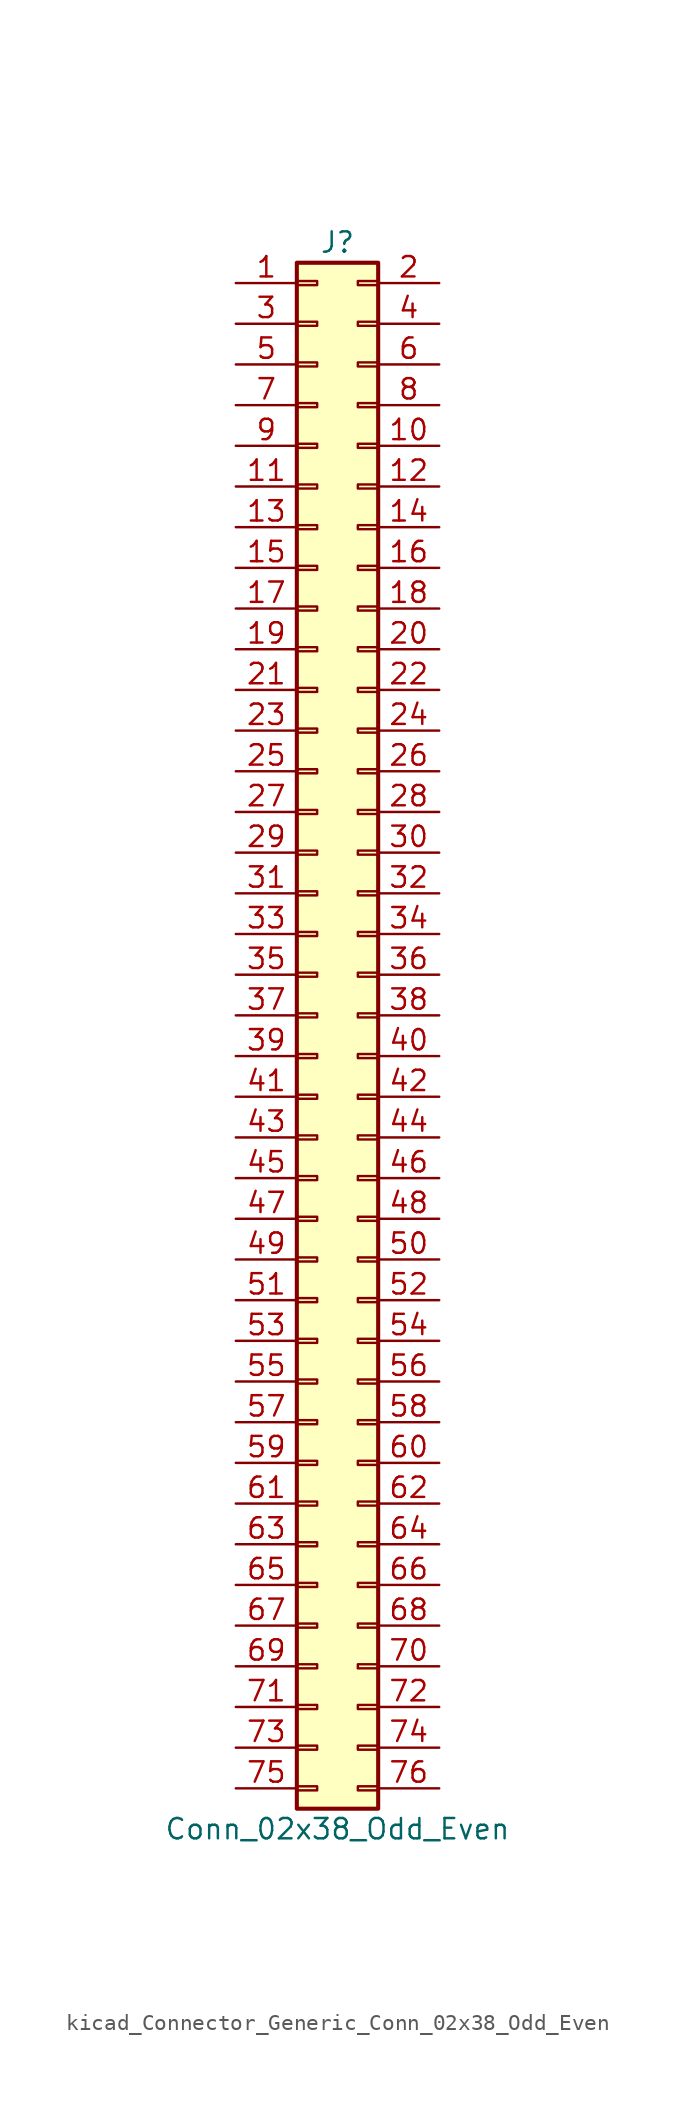
<source format=kicad_sym>
(kicad_symbol_lib
  (version 20220914)
  (generator kicad_symbol_editor)
  (symbol "kicad_Connector_Generic_Conn_02x38_Odd_Even"
    (pin_names
      (offset 1.016) hide)
    (property "Reference" "J"
      (at 1.27 48.26 0)
      (effects (font (size 1.27 1.27))))
    (property "Value" "Conn_02x38_Odd_Even"
      (at 1.27 -50.8 0)
      (effects (font (size 1.27 1.27))))
    (symbol "kicad_Connector_Generic_Conn_02x38_Odd_Even_1_1"
      (rectangle (start -1.27 -48.133) (end 0 -48.387) (stroke (width 0.152) (type default)) (fill (type none)))
      (rectangle (start -1.27 -45.593) (end 0 -45.847) (stroke (width 0.152) (type default)) (fill (type none)))
      (rectangle (start -1.27 -43.053) (end 0 -43.307) (stroke (width 0.152) (type default)) (fill (type none)))
      (rectangle (start -1.27 -40.513) (end 0 -40.767) (stroke (width 0.152) (type default)) (fill (type none)))
      (rectangle (start -1.27 -37.973) (end 0 -38.227) (stroke (width 0.152) (type default)) (fill (type none)))
      (rectangle (start -1.27 -35.433) (end 0 -35.687) (stroke (width 0.152) (type default)) (fill (type none)))
      (rectangle (start -1.27 -32.893) (end 0 -33.147) (stroke (width 0.152) (type default)) (fill (type none)))
      (rectangle (start -1.27 -30.353) (end 0 -30.607) (stroke (width 0.152) (type default)) (fill (type none)))
      (rectangle (start -1.27 -27.813) (end 0 -28.067) (stroke (width 0.152) (type default)) (fill (type none)))
      (rectangle (start -1.27 -25.273) (end 0 -25.527) (stroke (width 0.152) (type default)) (fill (type none)))
      (rectangle (start -1.27 -22.733) (end 0 -22.987) (stroke (width 0.152) (type default)) (fill (type none)))
      (rectangle (start -1.27 -20.193) (end 0 -20.447) (stroke (width 0.152) (type default)) (fill (type none)))
      (rectangle (start -1.27 -17.653) (end 0 -17.907) (stroke (width 0.152) (type default)) (fill (type none)))
      (rectangle (start -1.27 -15.113) (end 0 -15.367) (stroke (width 0.152) (type default)) (fill (type none)))
      (rectangle (start -1.27 -12.573) (end 0 -12.827) (stroke (width 0.152) (type default)) (fill (type none)))
      (rectangle (start -1.27 -10.033) (end 0 -10.287) (stroke (width 0.152) (type default)) (fill (type none)))
      (rectangle (start -1.27 -7.493) (end 0 -7.747) (stroke (width 0.152) (type default)) (fill (type none)))
      (rectangle (start -1.27 -4.953) (end 0 -5.207) (stroke (width 0.152) (type default)) (fill (type none)))
      (rectangle (start -1.27 -2.413) (end 0 -2.667) (stroke (width 0.152) (type default)) (fill (type none)))
      (rectangle (start -1.27 0.127) (end 0 -0.127) (stroke (width 0.152) (type default)) (fill (type none)))
      (rectangle (start -1.27 2.667) (end 0 2.413) (stroke (width 0.152) (type default)) (fill (type none)))
      (rectangle (start -1.27 5.207) (end 0 4.953) (stroke (width 0.152) (type default)) (fill (type none)))
      (rectangle (start -1.27 7.747) (end 0 7.493) (stroke (width 0.152) (type default)) (fill (type none)))
      (rectangle (start -1.27 10.287) (end 0 10.033) (stroke (width 0.152) (type default)) (fill (type none)))
      (rectangle (start -1.27 12.827) (end 0 12.573) (stroke (width 0.152) (type default)) (fill (type none)))
      (rectangle (start -1.27 15.367) (end 0 15.113) (stroke (width 0.152) (type default)) (fill (type none)))
      (rectangle (start -1.27 17.907) (end 0 17.653) (stroke (width 0.152) (type default)) (fill (type none)))
      (rectangle (start -1.27 20.447) (end 0 20.193) (stroke (width 0.152) (type default)) (fill (type none)))
      (rectangle (start -1.27 22.987) (end 0 22.733) (stroke (width 0.152) (type default)) (fill (type none)))
      (rectangle (start -1.27 25.527) (end 0 25.273) (stroke (width 0.152) (type default)) (fill (type none)))
      (rectangle (start -1.27 28.067) (end 0 27.813) (stroke (width 0.152) (type default)) (fill (type none)))
      (rectangle (start -1.27 30.607) (end 0 30.353) (stroke (width 0.152) (type default)) (fill (type none)))
      (rectangle (start -1.27 33.147) (end 0 32.893) (stroke (width 0.152) (type default)) (fill (type none)))
      (rectangle (start -1.27 35.687) (end 0 35.433) (stroke (width 0.152) (type default)) (fill (type none)))
      (rectangle (start -1.27 38.227) (end 0 37.973) (stroke (width 0.152) (type default)) (fill (type none)))
      (rectangle (start -1.27 40.767) (end 0 40.513) (stroke (width 0.152) (type default)) (fill (type none)))
      (rectangle (start -1.27 43.307) (end 0 43.053) (stroke (width 0.152) (type default)) (fill (type none)))
      (rectangle (start -1.27 45.847) (end 0 45.593) (stroke (width 0.152) (type default)) (fill (type none)))
      (rectangle (start -1.27 46.99) (end 3.81 -49.53) (stroke (width 0.254) (type default)) (fill (type background)))
      (rectangle (start 3.81 -48.133) (end 2.54 -48.387) (stroke (width 0.152) (type default)) (fill (type none)))
      (rectangle (start 3.81 -45.593) (end 2.54 -45.847) (stroke (width 0.152) (type default)) (fill (type none)))
      (rectangle (start 3.81 -43.053) (end 2.54 -43.307) (stroke (width 0.152) (type default)) (fill (type none)))
      (rectangle (start 3.81 -40.513) (end 2.54 -40.767) (stroke (width 0.152) (type default)) (fill (type none)))
      (rectangle (start 3.81 -37.973) (end 2.54 -38.227) (stroke (width 0.152) (type default)) (fill (type none)))
      (rectangle (start 3.81 -35.433) (end 2.54 -35.687) (stroke (width 0.152) (type default)) (fill (type none)))
      (rectangle (start 3.81 -32.893) (end 2.54 -33.147) (stroke (width 0.152) (type default)) (fill (type none)))
      (rectangle (start 3.81 -30.353) (end 2.54 -30.607) (stroke (width 0.152) (type default)) (fill (type none)))
      (rectangle (start 3.81 -27.813) (end 2.54 -28.067) (stroke (width 0.152) (type default)) (fill (type none)))
      (rectangle (start 3.81 -25.273) (end 2.54 -25.527) (stroke (width 0.152) (type default)) (fill (type none)))
      (rectangle (start 3.81 -22.733) (end 2.54 -22.987) (stroke (width 0.152) (type default)) (fill (type none)))
      (rectangle (start 3.81 -20.193) (end 2.54 -20.447) (stroke (width 0.152) (type default)) (fill (type none)))
      (rectangle (start 3.81 -17.653) (end 2.54 -17.907) (stroke (width 0.152) (type default)) (fill (type none)))
      (rectangle (start 3.81 -15.113) (end 2.54 -15.367) (stroke (width 0.152) (type default)) (fill (type none)))
      (rectangle (start 3.81 -12.573) (end 2.54 -12.827) (stroke (width 0.152) (type default)) (fill (type none)))
      (rectangle (start 3.81 -10.033) (end 2.54 -10.287) (stroke (width 0.152) (type default)) (fill (type none)))
      (rectangle (start 3.81 -7.493) (end 2.54 -7.747) (stroke (width 0.152) (type default)) (fill (type none)))
      (rectangle (start 3.81 -4.953) (end 2.54 -5.207) (stroke (width 0.152) (type default)) (fill (type none)))
      (rectangle (start 3.81 -2.413) (end 2.54 -2.667) (stroke (width 0.152) (type default)) (fill (type none)))
      (rectangle (start 3.81 0.127) (end 2.54 -0.127) (stroke (width 0.152) (type default)) (fill (type none)))
      (rectangle (start 3.81 2.667) (end 2.54 2.413) (stroke (width 0.152) (type default)) (fill (type none)))
      (rectangle (start 3.81 5.207) (end 2.54 4.953) (stroke (width 0.152) (type default)) (fill (type none)))
      (rectangle (start 3.81 7.747) (end 2.54 7.493) (stroke (width 0.152) (type default)) (fill (type none)))
      (rectangle (start 3.81 10.287) (end 2.54 10.033) (stroke (width 0.152) (type default)) (fill (type none)))
      (rectangle (start 3.81 12.827) (end 2.54 12.573) (stroke (width 0.152) (type default)) (fill (type none)))
      (rectangle (start 3.81 15.367) (end 2.54 15.113) (stroke (width 0.152) (type default)) (fill (type none)))
      (rectangle (start 3.81 17.907) (end 2.54 17.653) (stroke (width 0.152) (type default)) (fill (type none)))
      (rectangle (start 3.81 20.447) (end 2.54 20.193) (stroke (width 0.152) (type default)) (fill (type none)))
      (rectangle (start 3.81 22.987) (end 2.54 22.733) (stroke (width 0.152) (type default)) (fill (type none)))
      (rectangle (start 3.81 25.527) (end 2.54 25.273) (stroke (width 0.152) (type default)) (fill (type none)))
      (rectangle (start 3.81 28.067) (end 2.54 27.813) (stroke (width 0.152) (type default)) (fill (type none)))
      (rectangle (start 3.81 30.607) (end 2.54 30.353) (stroke (width 0.152) (type default)) (fill (type none)))
      (rectangle (start 3.81 33.147) (end 2.54 32.893) (stroke (width 0.152) (type default)) (fill (type none)))
      (rectangle (start 3.81 35.687) (end 2.54 35.433) (stroke (width 0.152) (type default)) (fill (type none)))
      (rectangle (start 3.81 38.227) (end 2.54 37.973) (stroke (width 0.152) (type default)) (fill (type none)))
      (rectangle (start 3.81 40.767) (end 2.54 40.513) (stroke (width 0.152) (type default)) (fill (type none)))
      (rectangle (start 3.81 43.307) (end 2.54 43.053) (stroke (width 0.152) (type default)) (fill (type none)))
      (rectangle (start 3.81 45.847) (end 2.54 45.593) (stroke (width 0.152) (type default)) (fill (type none)))
      (pin passive line (at -5.08 45.72 0) (length 3.81) (name "Pin_1" (effects (font (size 1.27 1.27)))) (number "1" (effects (font (size 1.27 1.27)))))
      (pin passive line (at 7.62 35.56 180) (length 3.81) (name "Pin_10" (effects (font (size 1.27 1.27)))) (number "10" (effects (font (size 1.27 1.27)))))
      (pin passive line (at -5.08 33.02 0) (length 3.81) (name "Pin_11" (effects (font (size 1.27 1.27)))) (number "11" (effects (font (size 1.27 1.27)))))
      (pin passive line (at 7.62 33.02 180) (length 3.81) (name "Pin_12" (effects (font (size 1.27 1.27)))) (number "12" (effects (font (size 1.27 1.27)))))
      (pin passive line (at -5.08 30.48 0) (length 3.81) (name "Pin_13" (effects (font (size 1.27 1.27)))) (number "13" (effects (font (size 1.27 1.27)))))
      (pin passive line (at 7.62 30.48 180) (length 3.81) (name "Pin_14" (effects (font (size 1.27 1.27)))) (number "14" (effects (font (size 1.27 1.27)))))
      (pin passive line (at -5.08 27.94 0) (length 3.81) (name "Pin_15" (effects (font (size 1.27 1.27)))) (number "15" (effects (font (size 1.27 1.27)))))
      (pin passive line (at 7.62 27.94 180) (length 3.81) (name "Pin_16" (effects (font (size 1.27 1.27)))) (number "16" (effects (font (size 1.27 1.27)))))
      (pin passive line (at -5.08 25.4 0) (length 3.81) (name "Pin_17" (effects (font (size 1.27 1.27)))) (number "17" (effects (font (size 1.27 1.27)))))
      (pin passive line (at 7.62 25.4 180) (length 3.81) (name "Pin_18" (effects (font (size 1.27 1.27)))) (number "18" (effects (font (size 1.27 1.27)))))
      (pin passive line (at -5.08 22.86 0) (length 3.81) (name "Pin_19" (effects (font (size 1.27 1.27)))) (number "19" (effects (font (size 1.27 1.27)))))
      (pin passive line (at 7.62 45.72 180) (length 3.81) (name "Pin_2" (effects (font (size 1.27 1.27)))) (number "2" (effects (font (size 1.27 1.27)))))
      (pin passive line (at 7.62 22.86 180) (length 3.81) (name "Pin_20" (effects (font (size 1.27 1.27)))) (number "20" (effects (font (size 1.27 1.27)))))
      (pin passive line (at -5.08 20.32 0) (length 3.81) (name "Pin_21" (effects (font (size 1.27 1.27)))) (number "21" (effects (font (size 1.27 1.27)))))
      (pin passive line (at 7.62 20.32 180) (length 3.81) (name "Pin_22" (effects (font (size 1.27 1.27)))) (number "22" (effects (font (size 1.27 1.27)))))
      (pin passive line (at -5.08 17.78 0) (length 3.81) (name "Pin_23" (effects (font (size 1.27 1.27)))) (number "23" (effects (font (size 1.27 1.27)))))
      (pin passive line (at 7.62 17.78 180) (length 3.81) (name "Pin_24" (effects (font (size 1.27 1.27)))) (number "24" (effects (font (size 1.27 1.27)))))
      (pin passive line (at -5.08 15.24 0) (length 3.81) (name "Pin_25" (effects (font (size 1.27 1.27)))) (number "25" (effects (font (size 1.27 1.27)))))
      (pin passive line (at 7.62 15.24 180) (length 3.81) (name "Pin_26" (effects (font (size 1.27 1.27)))) (number "26" (effects (font (size 1.27 1.27)))))
      (pin passive line (at -5.08 12.7 0) (length 3.81) (name "Pin_27" (effects (font (size 1.27 1.27)))) (number "27" (effects (font (size 1.27 1.27)))))
      (pin passive line (at 7.62 12.7 180) (length 3.81) (name "Pin_28" (effects (font (size 1.27 1.27)))) (number "28" (effects (font (size 1.27 1.27)))))
      (pin passive line (at -5.08 10.16 0) (length 3.81) (name "Pin_29" (effects (font (size 1.27 1.27)))) (number "29" (effects (font (size 1.27 1.27)))))
      (pin passive line (at -5.08 43.18 0) (length 3.81) (name "Pin_3" (effects (font (size 1.27 1.27)))) (number "3" (effects (font (size 1.27 1.27)))))
      (pin passive line (at 7.62 10.16 180) (length 3.81) (name "Pin_30" (effects (font (size 1.27 1.27)))) (number "30" (effects (font (size 1.27 1.27)))))
      (pin passive line (at -5.08 7.62 0) (length 3.81) (name "Pin_31" (effects (font (size 1.27 1.27)))) (number "31" (effects (font (size 1.27 1.27)))))
      (pin passive line (at 7.62 7.62 180) (length 3.81) (name "Pin_32" (effects (font (size 1.27 1.27)))) (number "32" (effects (font (size 1.27 1.27)))))
      (pin passive line (at -5.08 5.08 0) (length 3.81) (name "Pin_33" (effects (font (size 1.27 1.27)))) (number "33" (effects (font (size 1.27 1.27)))))
      (pin passive line (at 7.62 5.08 180) (length 3.81) (name "Pin_34" (effects (font (size 1.27 1.27)))) (number "34" (effects (font (size 1.27 1.27)))))
      (pin passive line (at -5.08 2.54 0) (length 3.81) (name "Pin_35" (effects (font (size 1.27 1.27)))) (number "35" (effects (font (size 1.27 1.27)))))
      (pin passive line (at 7.62 2.54 180) (length 3.81) (name "Pin_36" (effects (font (size 1.27 1.27)))) (number "36" (effects (font (size 1.27 1.27)))))
      (pin passive line (at -5.08 0 0) (length 3.81) (name "Pin_37" (effects (font (size 1.27 1.27)))) (number "37" (effects (font (size 1.27 1.27)))))
      (pin passive line (at 7.62 0 180) (length 3.81) (name "Pin_38" (effects (font (size 1.27 1.27)))) (number "38" (effects (font (size 1.27 1.27)))))
      (pin passive line (at -5.08 -2.54 0) (length 3.81) (name "Pin_39" (effects (font (size 1.27 1.27)))) (number "39" (effects (font (size 1.27 1.27)))))
      (pin passive line (at 7.62 43.18 180) (length 3.81) (name "Pin_4" (effects (font (size 1.27 1.27)))) (number "4" (effects (font (size 1.27 1.27)))))
      (pin passive line (at 7.62 -2.54 180) (length 3.81) (name "Pin_40" (effects (font (size 1.27 1.27)))) (number "40" (effects (font (size 1.27 1.27)))))
      (pin passive line (at -5.08 -5.08 0) (length 3.81) (name "Pin_41" (effects (font (size 1.27 1.27)))) (number "41" (effects (font (size 1.27 1.27)))))
      (pin passive line (at 7.62 -5.08 180) (length 3.81) (name "Pin_42" (effects (font (size 1.27 1.27)))) (number "42" (effects (font (size 1.27 1.27)))))
      (pin passive line (at -5.08 -7.62 0) (length 3.81) (name "Pin_43" (effects (font (size 1.27 1.27)))) (number "43" (effects (font (size 1.27 1.27)))))
      (pin passive line (at 7.62 -7.62 180) (length 3.81) (name "Pin_44" (effects (font (size 1.27 1.27)))) (number "44" (effects (font (size 1.27 1.27)))))
      (pin passive line (at -5.08 -10.16 0) (length 3.81) (name "Pin_45" (effects (font (size 1.27 1.27)))) (number "45" (effects (font (size 1.27 1.27)))))
      (pin passive line (at 7.62 -10.16 180) (length 3.81) (name "Pin_46" (effects (font (size 1.27 1.27)))) (number "46" (effects (font (size 1.27 1.27)))))
      (pin passive line (at -5.08 -12.7 0) (length 3.81) (name "Pin_47" (effects (font (size 1.27 1.27)))) (number "47" (effects (font (size 1.27 1.27)))))
      (pin passive line (at 7.62 -12.7 180) (length 3.81) (name "Pin_48" (effects (font (size 1.27 1.27)))) (number "48" (effects (font (size 1.27 1.27)))))
      (pin passive line (at -5.08 -15.24 0) (length 3.81) (name "Pin_49" (effects (font (size 1.27 1.27)))) (number "49" (effects (font (size 1.27 1.27)))))
      (pin passive line (at -5.08 40.64 0) (length 3.81) (name "Pin_5" (effects (font (size 1.27 1.27)))) (number "5" (effects (font (size 1.27 1.27)))))
      (pin passive line (at 7.62 -15.24 180) (length 3.81) (name "Pin_50" (effects (font (size 1.27 1.27)))) (number "50" (effects (font (size 1.27 1.27)))))
      (pin passive line (at -5.08 -17.78 0) (length 3.81) (name "Pin_51" (effects (font (size 1.27 1.27)))) (number "51" (effects (font (size 1.27 1.27)))))
      (pin passive line (at 7.62 -17.78 180) (length 3.81) (name "Pin_52" (effects (font (size 1.27 1.27)))) (number "52" (effects (font (size 1.27 1.27)))))
      (pin passive line (at -5.08 -20.32 0) (length 3.81) (name "Pin_53" (effects (font (size 1.27 1.27)))) (number "53" (effects (font (size 1.27 1.27)))))
      (pin passive line (at 7.62 -20.32 180) (length 3.81) (name "Pin_54" (effects (font (size 1.27 1.27)))) (number "54" (effects (font (size 1.27 1.27)))))
      (pin passive line (at -5.08 -22.86 0) (length 3.81) (name "Pin_55" (effects (font (size 1.27 1.27)))) (number "55" (effects (font (size 1.27 1.27)))))
      (pin passive line (at 7.62 -22.86 180) (length 3.81) (name "Pin_56" (effects (font (size 1.27 1.27)))) (number "56" (effects (font (size 1.27 1.27)))))
      (pin passive line (at -5.08 -25.4 0) (length 3.81) (name "Pin_57" (effects (font (size 1.27 1.27)))) (number "57" (effects (font (size 1.27 1.27)))))
      (pin passive line (at 7.62 -25.4 180) (length 3.81) (name "Pin_58" (effects (font (size 1.27 1.27)))) (number "58" (effects (font (size 1.27 1.27)))))
      (pin passive line (at -5.08 -27.94 0) (length 3.81) (name "Pin_59" (effects (font (size 1.27 1.27)))) (number "59" (effects (font (size 1.27 1.27)))))
      (pin passive line (at 7.62 40.64 180) (length 3.81) (name "Pin_6" (effects (font (size 1.27 1.27)))) (number "6" (effects (font (size 1.27 1.27)))))
      (pin passive line (at 7.62 -27.94 180) (length 3.81) (name "Pin_60" (effects (font (size 1.27 1.27)))) (number "60" (effects (font (size 1.27 1.27)))))
      (pin passive line (at -5.08 -30.48 0) (length 3.81) (name "Pin_61" (effects (font (size 1.27 1.27)))) (number "61" (effects (font (size 1.27 1.27)))))
      (pin passive line (at 7.62 -30.48 180) (length 3.81) (name "Pin_62" (effects (font (size 1.27 1.27)))) (number "62" (effects (font (size 1.27 1.27)))))
      (pin passive line (at -5.08 -33.02 0) (length 3.81) (name "Pin_63" (effects (font (size 1.27 1.27)))) (number "63" (effects (font (size 1.27 1.27)))))
      (pin passive line (at 7.62 -33.02 180) (length 3.81) (name "Pin_64" (effects (font (size 1.27 1.27)))) (number "64" (effects (font (size 1.27 1.27)))))
      (pin passive line (at -5.08 -35.56 0) (length 3.81) (name "Pin_65" (effects (font (size 1.27 1.27)))) (number "65" (effects (font (size 1.27 1.27)))))
      (pin passive line (at 7.62 -35.56 180) (length 3.81) (name "Pin_66" (effects (font (size 1.27 1.27)))) (number "66" (effects (font (size 1.27 1.27)))))
      (pin passive line (at -5.08 -38.1 0) (length 3.81) (name "Pin_67" (effects (font (size 1.27 1.27)))) (number "67" (effects (font (size 1.27 1.27)))))
      (pin passive line (at 7.62 -38.1 180) (length 3.81) (name "Pin_68" (effects (font (size 1.27 1.27)))) (number "68" (effects (font (size 1.27 1.27)))))
      (pin passive line (at -5.08 -40.64 0) (length 3.81) (name "Pin_69" (effects (font (size 1.27 1.27)))) (number "69" (effects (font (size 1.27 1.27)))))
      (pin passive line (at -5.08 38.1 0) (length 3.81) (name "Pin_7" (effects (font (size 1.27 1.27)))) (number "7" (effects (font (size 1.27 1.27)))))
      (pin passive line (at 7.62 -40.64 180) (length 3.81) (name "Pin_70" (effects (font (size 1.27 1.27)))) (number "70" (effects (font (size 1.27 1.27)))))
      (pin passive line (at -5.08 -43.18 0) (length 3.81) (name "Pin_71" (effects (font (size 1.27 1.27)))) (number "71" (effects (font (size 1.27 1.27)))))
      (pin passive line (at 7.62 -43.18 180) (length 3.81) (name "Pin_72" (effects (font (size 1.27 1.27)))) (number "72" (effects (font (size 1.27 1.27)))))
      (pin passive line (at -5.08 -45.72 0) (length 3.81) (name "Pin_73" (effects (font (size 1.27 1.27)))) (number "73" (effects (font (size 1.27 1.27)))))
      (pin passive line (at 7.62 -45.72 180) (length 3.81) (name "Pin_74" (effects (font (size 1.27 1.27)))) (number "74" (effects (font (size 1.27 1.27)))))
      (pin passive line (at -5.08 -48.26 0) (length 3.81) (name "Pin_75" (effects (font (size 1.27 1.27)))) (number "75" (effects (font (size 1.27 1.27)))))
      (pin passive line (at 7.62 -48.26 180) (length 3.81) (name "Pin_76" (effects (font (size 1.27 1.27)))) (number "76" (effects (font (size 1.27 1.27)))))
      (pin passive line (at 7.62 38.1 180) (length 3.81) (name "Pin_8" (effects (font (size 1.27 1.27)))) (number "8" (effects (font (size 1.27 1.27)))))
      (pin passive line (at -5.08 35.56 0) (length 3.81) (name "Pin_9" (effects (font (size 1.27 1.27)))) (number "9" (effects (font (size 1.27 1.27))))))))
</source>
